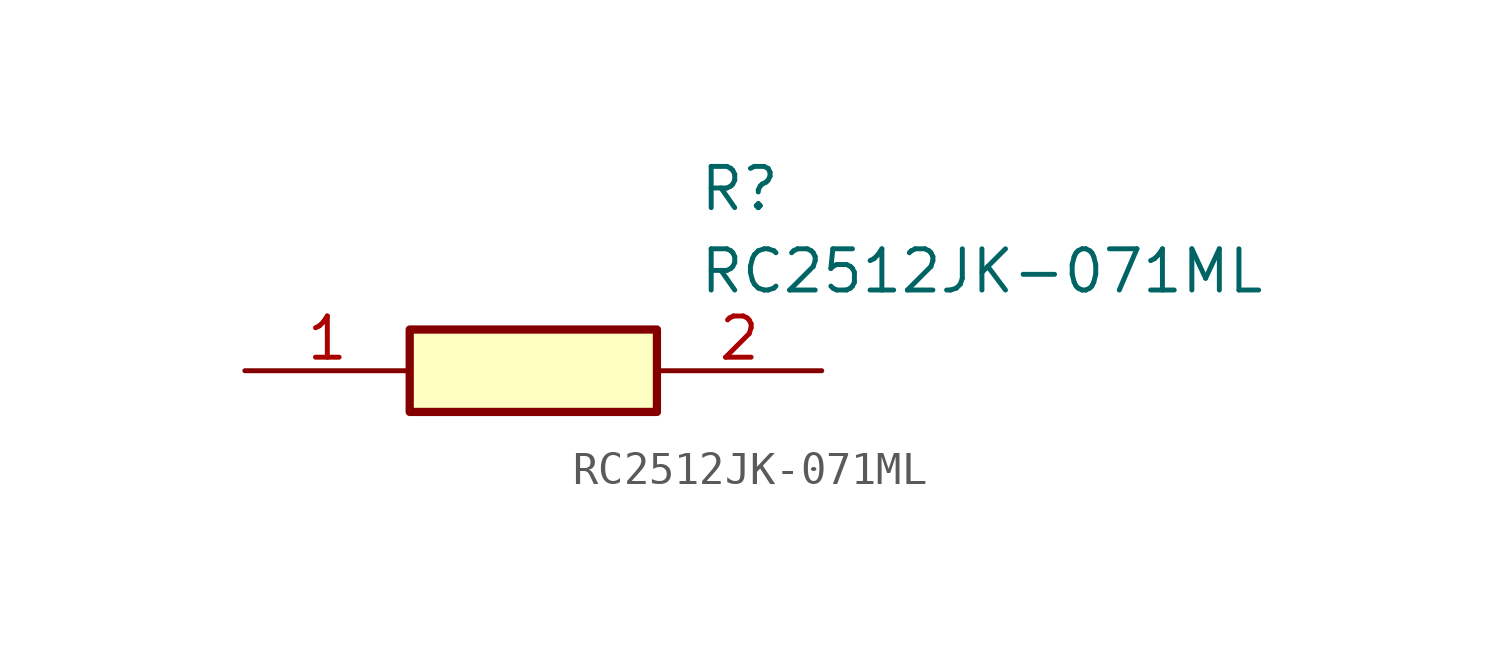
<source format=kicad_sym>
(kicad_symbol_lib
  (version 20211014)
  (generator SamacSys_ECAD_Model)
  (symbol "RC2512JK-071ML"
    (pin_names hide)
    (property "Reference" "R"
      (at 13.97 6.35 0)
      (effects (font (size 1.27 1.27)) (justify left top)))
    (property "Value" "RC2512JK-071ML"
      (at 13.97 3.81 0)
      (effects (font (size 1.27 1.27)) (justify left top)))
    (rectangle
      (start 5.08 1.27)
      (end 12.7 -1.27)
      (stroke (width 0.254) (type default))
      (fill (type background)))
    (pin passive line
      (at 0 0 0)
      (length 5.08)
      (name "1" (effects (font (size 1.27 1.27))))
      (number "1" (effects (font (size 1.27 1.27)))))
    (pin passive line
      (at 17.78 0 180)
      (length 5.08)
      (name "2" (effects (font (size 1.27 1.27))))
      (number "2" (effects (font (size 1.27 1.27)))))))
</source>
